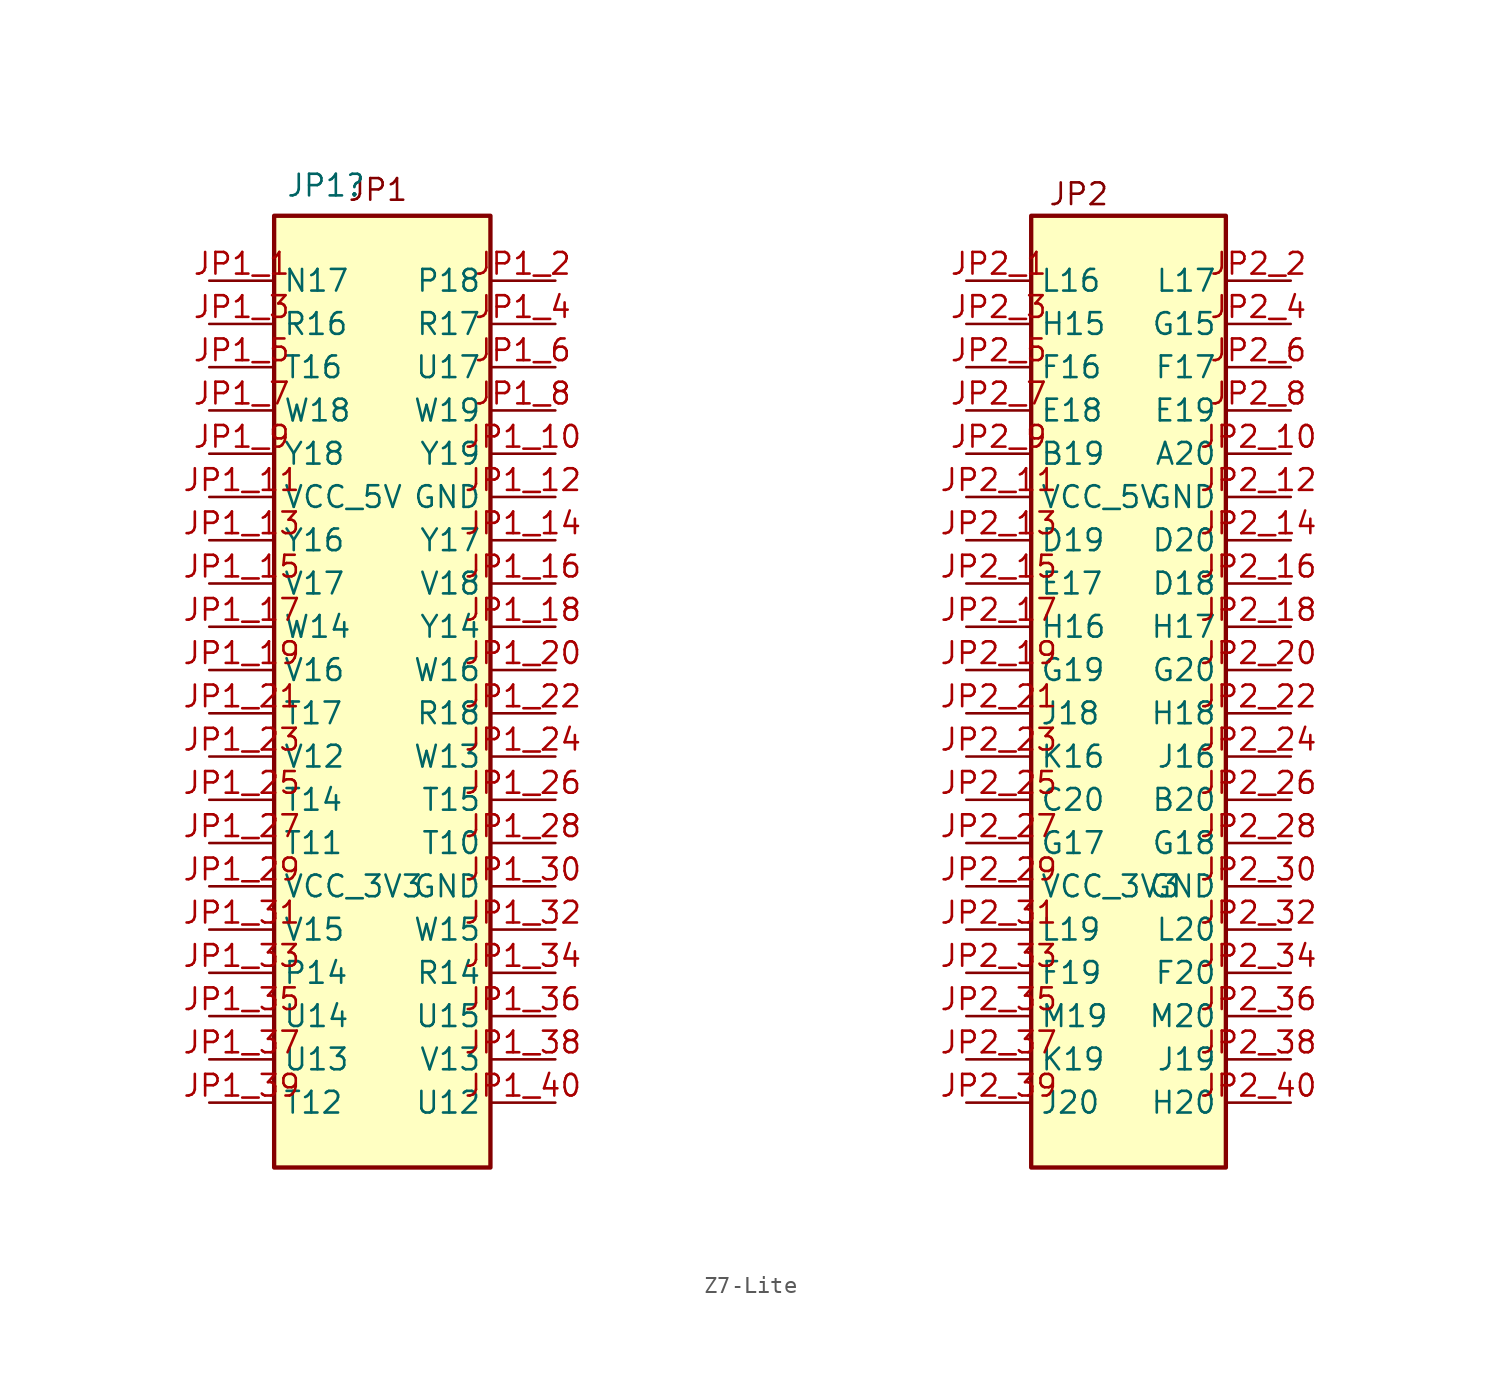
<source format=kicad_sym>
(kicad_symbol_lib
  (version 20231120)
  (generator "kicad_symbol_editor")
  (generator_version "8.0")
  (symbol "Z7-Lite"
    (property "Reference" "JP1"
      (at 5.588 48.768 0)
      (effects (font (size 1.27 1.27))))
    (property "Value" ""
      (at 0 -1.27 0)
      (effects (font (size 1.27 1.27))))
    (property "ki_locked" ""
      (at 0 0 0)
      (effects (font (size 1.27 1.27))))
    (symbol "Z7-Lite_1_1"
      (rectangle (start 2.54 46.99) (end 15.24 -8.89) (stroke (width 0.254) (type default)) (fill (type background)))
      (rectangle (start 46.99 46.99) (end 58.42 -8.89) (stroke (width 0.254) (type default)) (fill (type background)))
      (text "JP1\n" (at 8.636 48.514 0) (effects (font (size 1.27 1.27))))
      (text "JP2\n" (at 49.784 48.26 0) (effects (font (size 1.27 1.27))))
      (pin passive line (at -1.27 43.18 0) (length 3.81) (name "N17" (effects (font (size 1.27 1.27)))) (number "JP1_1" (effects (font (size 1.27 1.27)))))
      (pin passive line (at 19.05 33.02 180) (length 3.81) (name "Y19" (effects (font (size 1.27 1.27)))) (number "JP1_10" (effects (font (size 1.27 1.27)))))
      (pin passive line (at -1.27 30.48 0) (length 3.81) (name "VCC_5V" (effects (font (size 1.27 1.27)))) (number "JP1_11" (effects (font (size 1.27 1.27)))))
      (pin passive line (at 19.05 30.48 180) (length 3.81) (name "GND" (effects (font (size 1.27 1.27)))) (number "JP1_12" (effects (font (size 1.27 1.27)))))
      (pin passive line (at -1.27 27.94 0) (length 3.81) (name "Y16" (effects (font (size 1.27 1.27)))) (number "JP1_13" (effects (font (size 1.27 1.27)))))
      (pin passive line (at 19.05 27.94 180) (length 3.81) (name "Y17" (effects (font (size 1.27 1.27)))) (number "JP1_14" (effects (font (size 1.27 1.27)))))
      (pin passive line (at -1.27 25.4 0) (length 3.81) (name "V17" (effects (font (size 1.27 1.27)))) (number "JP1_15" (effects (font (size 1.27 1.27)))))
      (pin passive line (at 19.05 25.4 180) (length 3.81) (name "V18" (effects (font (size 1.27 1.27)))) (number "JP1_16" (effects (font (size 1.27 1.27)))))
      (pin passive line (at -1.27 22.86 0) (length 3.81) (name "W14" (effects (font (size 1.27 1.27)))) (number "JP1_17" (effects (font (size 1.27 1.27)))))
      (pin passive line (at 19.05 22.86 180) (length 3.81) (name "Y14" (effects (font (size 1.27 1.27)))) (number "JP1_18" (effects (font (size 1.27 1.27)))))
      (pin passive line (at -1.27 20.32 0) (length 3.81) (name "V16" (effects (font (size 1.27 1.27)))) (number "JP1_19" (effects (font (size 1.27 1.27)))))
      (pin passive line (at 19.05 43.18 180) (length 3.81) (name "P18" (effects (font (size 1.27 1.27)))) (number "JP1_2" (effects (font (size 1.27 1.27)))))
      (pin passive line (at 19.05 20.32 180) (length 3.81) (name "W16" (effects (font (size 1.27 1.27)))) (number "JP1_20" (effects (font (size 1.27 1.27)))))
      (pin passive line (at -1.27 17.78 0) (length 3.81) (name "T17" (effects (font (size 1.27 1.27)))) (number "JP1_21" (effects (font (size 1.27 1.27)))))
      (pin passive line (at 19.05 17.78 180) (length 3.81) (name "R18" (effects (font (size 1.27 1.27)))) (number "JP1_22" (effects (font (size 1.27 1.27)))))
      (pin passive line (at -1.27 15.24 0) (length 3.81) (name "V12" (effects (font (size 1.27 1.27)))) (number "JP1_23" (effects (font (size 1.27 1.27)))))
      (pin passive line (at 19.05 15.24 180) (length 3.81) (name "W13" (effects (font (size 1.27 1.27)))) (number "JP1_24" (effects (font (size 1.27 1.27)))))
      (pin passive line (at -1.27 12.7 0) (length 3.81) (name "T14" (effects (font (size 1.27 1.27)))) (number "JP1_25" (effects (font (size 1.27 1.27)))))
      (pin passive line (at 19.05 12.7 180) (length 3.81) (name "T15" (effects (font (size 1.27 1.27)))) (number "JP1_26" (effects (font (size 1.27 1.27)))))
      (pin passive line (at -1.27 10.16 0) (length 3.81) (name "T11" (effects (font (size 1.27 1.27)))) (number "JP1_27" (effects (font (size 1.27 1.27)))))
      (pin passive line (at 19.05 10.16 180) (length 3.81) (name "T10" (effects (font (size 1.27 1.27)))) (number "JP1_28" (effects (font (size 1.27 1.27)))))
      (pin passive line (at -1.27 7.62 0) (length 3.81) (name "VCC_3V3" (effects (font (size 1.27 1.27)))) (number "JP1_29" (effects (font (size 1.27 1.27)))))
      (pin passive line (at -1.27 40.64 0) (length 3.81) (name "R16" (effects (font (size 1.27 1.27)))) (number "JP1_3" (effects (font (size 1.27 1.27)))))
      (pin passive line (at 19.05 7.62 180) (length 3.81) (name "GND" (effects (font (size 1.27 1.27)))) (number "JP1_30" (effects (font (size 1.27 1.27)))))
      (pin passive line (at -1.27 5.08 0) (length 3.81) (name "V15" (effects (font (size 1.27 1.27)))) (number "JP1_31" (effects (font (size 1.27 1.27)))))
      (pin passive line (at 19.05 5.08 180) (length 3.81) (name "W15" (effects (font (size 1.27 1.27)))) (number "JP1_32" (effects (font (size 1.27 1.27)))))
      (pin passive line (at -1.27 2.54 0) (length 3.81) (name "P14" (effects (font (size 1.27 1.27)))) (number "JP1_33" (effects (font (size 1.27 1.27)))))
      (pin passive line (at 19.05 2.54 180) (length 3.81) (name "R14" (effects (font (size 1.27 1.27)))) (number "JP1_34" (effects (font (size 1.27 1.27)))))
      (pin passive line (at -1.27 0 0) (length 3.81) (name "U14" (effects (font (size 1.27 1.27)))) (number "JP1_35" (effects (font (size 1.27 1.27)))))
      (pin passive line (at 19.05 0 180) (length 3.81) (name "U15" (effects (font (size 1.27 1.27)))) (number "JP1_36" (effects (font (size 1.27 1.27)))))
      (pin passive line (at -1.27 -2.54 0) (length 3.81) (name "U13" (effects (font (size 1.27 1.27)))) (number "JP1_37" (effects (font (size 1.27 1.27)))))
      (pin passive line (at 19.05 -2.54 180) (length 3.81) (name "V13" (effects (font (size 1.27 1.27)))) (number "JP1_38" (effects (font (size 1.27 1.27)))))
      (pin passive line (at -1.27 -5.08 0) (length 3.81) (name "T12" (effects (font (size 1.27 1.27)))) (number "JP1_39" (effects (font (size 1.27 1.27)))))
      (pin passive line (at 19.05 40.64 180) (length 3.81) (name "R17" (effects (font (size 1.27 1.27)))) (number "JP1_4" (effects (font (size 1.27 1.27)))))
      (pin passive line (at 19.05 -5.08 180) (length 3.81) (name "U12" (effects (font (size 1.27 1.27)))) (number "JP1_40" (effects (font (size 1.27 1.27)))))
      (pin passive line (at -1.27 38.1 0) (length 3.81) (name "T16" (effects (font (size 1.27 1.27)))) (number "JP1_5" (effects (font (size 1.27 1.27)))))
      (pin passive line (at 19.05 38.1 180) (length 3.81) (name "U17" (effects (font (size 1.27 1.27)))) (number "JP1_6" (effects (font (size 1.27 1.27)))))
      (pin passive line (at -1.27 35.56 0) (length 3.81) (name "W18" (effects (font (size 1.27 1.27)))) (number "JP1_7" (effects (font (size 1.27 1.27)))))
      (pin passive line (at 19.05 35.56 180) (length 3.81) (name "W19" (effects (font (size 1.27 1.27)))) (number "JP1_8" (effects (font (size 1.27 1.27)))))
      (pin passive line (at -1.27 33.02 0) (length 3.81) (name "Y18" (effects (font (size 1.27 1.27)))) (number "JP1_9" (effects (font (size 1.27 1.27)))))
      (pin passive line (at 43.18 43.18 0) (length 3.81) (name "L16" (effects (font (size 1.27 1.27)))) (number "JP2_1" (effects (font (size 1.27 1.27)))))
      (pin passive line (at 62.23 33.02 180) (length 3.81) (name "A20" (effects (font (size 1.27 1.27)))) (number "JP2_10" (effects (font (size 1.27 1.27)))))
      (pin passive line (at 43.18 30.48 0) (length 3.81) (name "VCC_5V" (effects (font (size 1.27 1.27)))) (number "JP2_11" (effects (font (size 1.27 1.27)))))
      (pin passive line (at 62.23 30.48 180) (length 3.81) (name "GND" (effects (font (size 1.27 1.27)))) (number "JP2_12" (effects (font (size 1.27 1.27)))))
      (pin passive line (at 43.18 27.94 0) (length 3.81) (name "D19" (effects (font (size 1.27 1.27)))) (number "JP2_13" (effects (font (size 1.27 1.27)))))
      (pin passive line (at 62.23 27.94 180) (length 3.81) (name "D20" (effects (font (size 1.27 1.27)))) (number "JP2_14" (effects (font (size 1.27 1.27)))))
      (pin passive line (at 43.18 25.4 0) (length 3.81) (name "E17" (effects (font (size 1.27 1.27)))) (number "JP2_15" (effects (font (size 1.27 1.27)))))
      (pin passive line (at 62.23 25.4 180) (length 3.81) (name "D18" (effects (font (size 1.27 1.27)))) (number "JP2_16" (effects (font (size 1.27 1.27)))))
      (pin passive line (at 43.18 22.86 0) (length 3.81) (name "H16" (effects (font (size 1.27 1.27)))) (number "JP2_17" (effects (font (size 1.27 1.27)))))
      (pin passive line (at 62.23 22.86 180) (length 3.81) (name "H17" (effects (font (size 1.27 1.27)))) (number "JP2_18" (effects (font (size 1.27 1.27)))))
      (pin passive line (at 43.18 20.32 0) (length 3.81) (name "G19" (effects (font (size 1.27 1.27)))) (number "JP2_19" (effects (font (size 1.27 1.27)))))
      (pin passive line (at 62.23 43.18 180) (length 3.81) (name "L17" (effects (font (size 1.27 1.27)))) (number "JP2_2" (effects (font (size 1.27 1.27)))))
      (pin passive line (at 62.23 20.32 180) (length 3.81) (name "G20" (effects (font (size 1.27 1.27)))) (number "JP2_20" (effects (font (size 1.27 1.27)))))
      (pin passive line (at 43.18 17.78 0) (length 3.81) (name "J18" (effects (font (size 1.27 1.27)))) (number "JP2_21" (effects (font (size 1.27 1.27)))))
      (pin passive line (at 62.23 17.78 180) (length 3.81) (name "H18" (effects (font (size 1.27 1.27)))) (number "JP2_22" (effects (font (size 1.27 1.27)))))
      (pin passive line (at 43.18 15.24 0) (length 3.81) (name "K16" (effects (font (size 1.27 1.27)))) (number "JP2_23" (effects (font (size 1.27 1.27)))))
      (pin passive line (at 62.23 15.24 180) (length 3.81) (name "J16" (effects (font (size 1.27 1.27)))) (number "JP2_24" (effects (font (size 1.27 1.27)))))
      (pin passive line (at 43.18 12.7 0) (length 3.81) (name "C20" (effects (font (size 1.27 1.27)))) (number "JP2_25" (effects (font (size 1.27 1.27)))))
      (pin passive line (at 62.23 12.7 180) (length 3.81) (name "B20" (effects (font (size 1.27 1.27)))) (number "JP2_26" (effects (font (size 1.27 1.27)))))
      (pin passive line (at 43.18 10.16 0) (length 3.81) (name "G17" (effects (font (size 1.27 1.27)))) (number "JP2_27" (effects (font (size 1.27 1.27)))))
      (pin passive line (at 62.23 10.16 180) (length 3.81) (name "G18" (effects (font (size 1.27 1.27)))) (number "JP2_28" (effects (font (size 1.27 1.27)))))
      (pin passive line (at 43.18 7.62 0) (length 3.81) (name "VCC_3V3" (effects (font (size 1.27 1.27)))) (number "JP2_29" (effects (font (size 1.27 1.27)))))
      (pin passive line (at 43.18 40.64 0) (length 3.81) (name "H15" (effects (font (size 1.27 1.27)))) (number "JP2_3" (effects (font (size 1.27 1.27)))))
      (pin passive line (at 62.23 7.62 180) (length 3.81) (name "GND" (effects (font (size 1.27 1.27)))) (number "JP2_30" (effects (font (size 1.27 1.27)))))
      (pin passive line (at 43.18 5.08 0) (length 3.81) (name "L19" (effects (font (size 1.27 1.27)))) (number "JP2_31" (effects (font (size 1.27 1.27)))))
      (pin passive line (at 62.23 5.08 180) (length 3.81) (name "L20" (effects (font (size 1.27 1.27)))) (number "JP2_32" (effects (font (size 1.27 1.27)))))
      (pin passive line (at 43.18 2.54 0) (length 3.81) (name "F19" (effects (font (size 1.27 1.27)))) (number "JP2_33" (effects (font (size 1.27 1.27)))))
      (pin passive line (at 62.23 2.54 180) (length 3.81) (name "F20" (effects (font (size 1.27 1.27)))) (number "JP2_34" (effects (font (size 1.27 1.27)))))
      (pin passive line (at 43.18 0 0) (length 3.81) (name "M19" (effects (font (size 1.27 1.27)))) (number "JP2_35" (effects (font (size 1.27 1.27)))))
      (pin passive line (at 62.23 0 180) (length 3.81) (name "M20" (effects (font (size 1.27 1.27)))) (number "JP2_36" (effects (font (size 1.27 1.27)))))
      (pin passive line (at 43.18 -2.54 0) (length 3.81) (name "K19" (effects (font (size 1.27 1.27)))) (number "JP2_37" (effects (font (size 1.27 1.27)))))
      (pin passive line (at 62.23 -2.54 180) (length 3.81) (name "J19" (effects (font (size 1.27 1.27)))) (number "JP2_38" (effects (font (size 1.27 1.27)))))
      (pin passive line (at 43.18 -5.08 0) (length 3.81) (name "J20" (effects (font (size 1.27 1.27)))) (number "JP2_39" (effects (font (size 1.27 1.27)))))
      (pin passive line (at 62.23 40.64 180) (length 3.81) (name "G15" (effects (font (size 1.27 1.27)))) (number "JP2_4" (effects (font (size 1.27 1.27)))))
      (pin passive line (at 62.23 -5.08 180) (length 3.81) (name "H20" (effects (font (size 1.27 1.27)))) (number "JP2_40" (effects (font (size 1.27 1.27)))))
      (pin passive line (at 43.18 38.1 0) (length 3.81) (name "F16" (effects (font (size 1.27 1.27)))) (number "JP2_5" (effects (font (size 1.27 1.27)))))
      (pin passive line (at 62.23 38.1 180) (length 3.81) (name "F17" (effects (font (size 1.27 1.27)))) (number "JP2_6" (effects (font (size 1.27 1.27)))))
      (pin passive line (at 43.18 35.56 0) (length 3.81) (name "E18" (effects (font (size 1.27 1.27)))) (number "JP2_7" (effects (font (size 1.27 1.27)))))
      (pin passive line (at 62.23 35.56 180) (length 3.81) (name "E19" (effects (font (size 1.27 1.27)))) (number "JP2_8" (effects (font (size 1.27 1.27)))))
      (pin passive line (at 43.18 33.02 0) (length 3.81) (name "B19" (effects (font (size 1.27 1.27)))) (number "JP2_9" (effects (font (size 1.27 1.27))))))))
</source>
